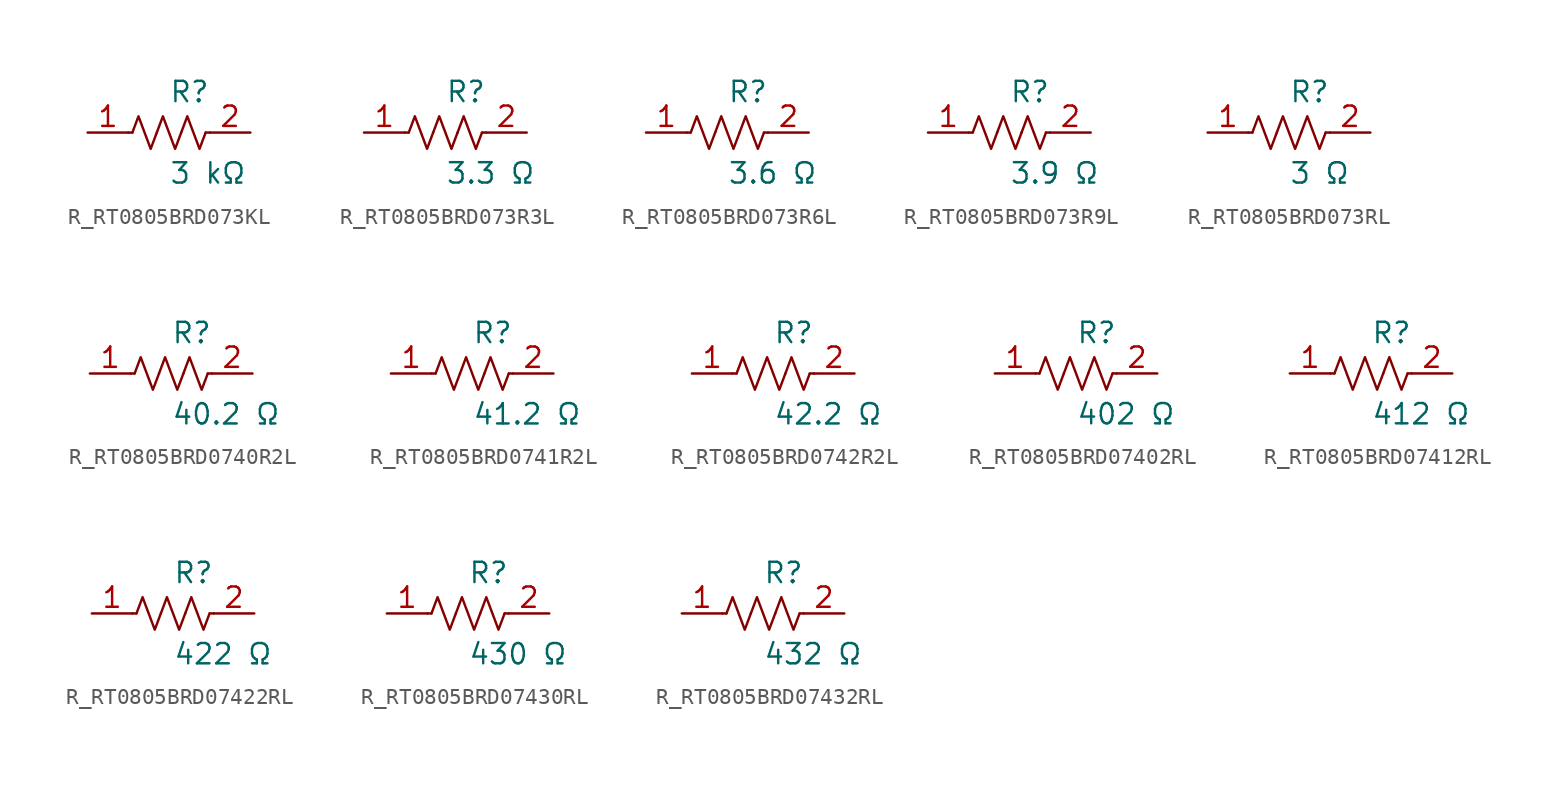
<source format=kicad_sym>
(kicad_symbol_lib
  (version 20231120)
  (generator kicad_symbol_editor)
  (generator_version 8.0)
  (symbol "R_RT0805BRD073KL"
    (pin_names
      (offset 0.254))
    (property "Reference" "R"
      (at 0.0 2.54 0)
      (effects (font (size 1.27 1.27)) (justify left)))
    (property "Value" "3 kΩ"
      (at 0.0 -2.54 0)
      (effects (font (size 1.27 1.27)) (justify left)))
    (symbol "R_RT0805BRD073KL_0_1"
      (polyline (pts (xy 2.286 0) (xy 2.54 0)) (stroke (width 0) (type default)) (fill (type none)))
      (polyline (pts (xy -2.286 0) (xy -2.54 0)) (stroke (width 0) (type default)) (fill (type none)))
      (polyline (pts (xy 0.762 0) (xy 1.143 1.016) (xy 1.524 0) (xy 1.905 -1.016) (xy 2.286 0)) (stroke (width 0) (type default)) (fill (type none)))
      (polyline (pts (xy -0.762 0) (xy -0.381 1.016) (xy 0 0) (xy 0.381 -1.016) (xy 0.762 0)) (stroke (width 0) (type default)) (fill (type none)))
      (polyline (pts (xy -2.286 0) (xy -1.905 1.016) (xy -1.524 0) (xy -1.143 -1.016) (xy -0.762 0)) (stroke (width 0) (type default)) (fill (type none))))
    (pin unspecified line
      (at -5.08 0 0)
      (length 2.54)
      (name "" (effects (font (size 1.27 1.27))))
      (number "1" (effects (font (size 1.27 1.27)))))
    (pin unspecified line
      (at 5.08 0 180)
      (length 2.54)
      (name "" (effects (font (size 1.27 1.27))))
      (number "2" (effects (font (size 1.27 1.27))))))
  (symbol "R_RT0805BRD073R3L"
    (pin_names
      (offset 0.254))
    (property "Reference" "R"
      (at 0.0 2.54 0)
      (effects (font (size 1.27 1.27)) (justify left)))
    (property "Value" "3.3 Ω"
      (at 0.0 -2.54 0)
      (effects (font (size 1.27 1.27)) (justify left)))
    (symbol "R_RT0805BRD073R3L_0_1"
      (polyline (pts (xy 2.286 0) (xy 2.54 0)) (stroke (width 0) (type default)) (fill (type none)))
      (polyline (pts (xy -2.286 0) (xy -2.54 0)) (stroke (width 0) (type default)) (fill (type none)))
      (polyline (pts (xy 0.762 0) (xy 1.143 1.016) (xy 1.524 0) (xy 1.905 -1.016) (xy 2.286 0)) (stroke (width 0) (type default)) (fill (type none)))
      (polyline (pts (xy -0.762 0) (xy -0.381 1.016) (xy 0 0) (xy 0.381 -1.016) (xy 0.762 0)) (stroke (width 0) (type default)) (fill (type none)))
      (polyline (pts (xy -2.286 0) (xy -1.905 1.016) (xy -1.524 0) (xy -1.143 -1.016) (xy -0.762 0)) (stroke (width 0) (type default)) (fill (type none))))
    (pin unspecified line
      (at -5.08 0 0)
      (length 2.54)
      (name "" (effects (font (size 1.27 1.27))))
      (number "1" (effects (font (size 1.27 1.27)))))
    (pin unspecified line
      (at 5.08 0 180)
      (length 2.54)
      (name "" (effects (font (size 1.27 1.27))))
      (number "2" (effects (font (size 1.27 1.27))))))
  (symbol "R_RT0805BRD073R6L"
    (pin_names
      (offset 0.254))
    (property "Reference" "R"
      (at 0.0 2.54 0)
      (effects (font (size 1.27 1.27)) (justify left)))
    (property "Value" "3.6 Ω"
      (at 0.0 -2.54 0)
      (effects (font (size 1.27 1.27)) (justify left)))
    (symbol "R_RT0805BRD073R6L_0_1"
      (polyline (pts (xy 2.286 0) (xy 2.54 0)) (stroke (width 0) (type default)) (fill (type none)))
      (polyline (pts (xy -2.286 0) (xy -2.54 0)) (stroke (width 0) (type default)) (fill (type none)))
      (polyline (pts (xy 0.762 0) (xy 1.143 1.016) (xy 1.524 0) (xy 1.905 -1.016) (xy 2.286 0)) (stroke (width 0) (type default)) (fill (type none)))
      (polyline (pts (xy -0.762 0) (xy -0.381 1.016) (xy 0 0) (xy 0.381 -1.016) (xy 0.762 0)) (stroke (width 0) (type default)) (fill (type none)))
      (polyline (pts (xy -2.286 0) (xy -1.905 1.016) (xy -1.524 0) (xy -1.143 -1.016) (xy -0.762 0)) (stroke (width 0) (type default)) (fill (type none))))
    (pin unspecified line
      (at -5.08 0 0)
      (length 2.54)
      (name "" (effects (font (size 1.27 1.27))))
      (number "1" (effects (font (size 1.27 1.27)))))
    (pin unspecified line
      (at 5.08 0 180)
      (length 2.54)
      (name "" (effects (font (size 1.27 1.27))))
      (number "2" (effects (font (size 1.27 1.27))))))
  (symbol "R_RT0805BRD073R9L"
    (pin_names
      (offset 0.254))
    (property "Reference" "R"
      (at 0.0 2.54 0)
      (effects (font (size 1.27 1.27)) (justify left)))
    (property "Value" "3.9 Ω"
      (at 0.0 -2.54 0)
      (effects (font (size 1.27 1.27)) (justify left)))
    (symbol "R_RT0805BRD073R9L_0_1"
      (polyline (pts (xy 2.286 0) (xy 2.54 0)) (stroke (width 0) (type default)) (fill (type none)))
      (polyline (pts (xy -2.286 0) (xy -2.54 0)) (stroke (width 0) (type default)) (fill (type none)))
      (polyline (pts (xy 0.762 0) (xy 1.143 1.016) (xy 1.524 0) (xy 1.905 -1.016) (xy 2.286 0)) (stroke (width 0) (type default)) (fill (type none)))
      (polyline (pts (xy -0.762 0) (xy -0.381 1.016) (xy 0 0) (xy 0.381 -1.016) (xy 0.762 0)) (stroke (width 0) (type default)) (fill (type none)))
      (polyline (pts (xy -2.286 0) (xy -1.905 1.016) (xy -1.524 0) (xy -1.143 -1.016) (xy -0.762 0)) (stroke (width 0) (type default)) (fill (type none))))
    (pin unspecified line
      (at -5.08 0 0)
      (length 2.54)
      (name "" (effects (font (size 1.27 1.27))))
      (number "1" (effects (font (size 1.27 1.27)))))
    (pin unspecified line
      (at 5.08 0 180)
      (length 2.54)
      (name "" (effects (font (size 1.27 1.27))))
      (number "2" (effects (font (size 1.27 1.27))))))
  (symbol "R_RT0805BRD073RL"
    (pin_names
      (offset 0.254))
    (property "Reference" "R"
      (at 0.0 2.54 0)
      (effects (font (size 1.27 1.27)) (justify left)))
    (property "Value" "3 Ω"
      (at 0.0 -2.54 0)
      (effects (font (size 1.27 1.27)) (justify left)))
    (symbol "R_RT0805BRD073RL_0_1"
      (polyline (pts (xy 2.286 0) (xy 2.54 0)) (stroke (width 0) (type default)) (fill (type none)))
      (polyline (pts (xy -2.286 0) (xy -2.54 0)) (stroke (width 0) (type default)) (fill (type none)))
      (polyline (pts (xy 0.762 0) (xy 1.143 1.016) (xy 1.524 0) (xy 1.905 -1.016) (xy 2.286 0)) (stroke (width 0) (type default)) (fill (type none)))
      (polyline (pts (xy -0.762 0) (xy -0.381 1.016) (xy 0 0) (xy 0.381 -1.016) (xy 0.762 0)) (stroke (width 0) (type default)) (fill (type none)))
      (polyline (pts (xy -2.286 0) (xy -1.905 1.016) (xy -1.524 0) (xy -1.143 -1.016) (xy -0.762 0)) (stroke (width 0) (type default)) (fill (type none))))
    (pin unspecified line
      (at -5.08 0 0)
      (length 2.54)
      (name "" (effects (font (size 1.27 1.27))))
      (number "1" (effects (font (size 1.27 1.27)))))
    (pin unspecified line
      (at 5.08 0 180)
      (length 2.54)
      (name "" (effects (font (size 1.27 1.27))))
      (number "2" (effects (font (size 1.27 1.27))))))
  (symbol "R_RT0805BRD0740R2L"
    (pin_names
      (offset 0.254))
    (property "Reference" "R"
      (at 0.0 2.54 0)
      (effects (font (size 1.27 1.27)) (justify left)))
    (property "Value" "40.2 Ω"
      (at 0.0 -2.54 0)
      (effects (font (size 1.27 1.27)) (justify left)))
    (symbol "R_RT0805BRD0740R2L_0_1"
      (polyline (pts (xy 2.286 0) (xy 2.54 0)) (stroke (width 0) (type default)) (fill (type none)))
      (polyline (pts (xy -2.286 0) (xy -2.54 0)) (stroke (width 0) (type default)) (fill (type none)))
      (polyline (pts (xy 0.762 0) (xy 1.143 1.016) (xy 1.524 0) (xy 1.905 -1.016) (xy 2.286 0)) (stroke (width 0) (type default)) (fill (type none)))
      (polyline (pts (xy -0.762 0) (xy -0.381 1.016) (xy 0 0) (xy 0.381 -1.016) (xy 0.762 0)) (stroke (width 0) (type default)) (fill (type none)))
      (polyline (pts (xy -2.286 0) (xy -1.905 1.016) (xy -1.524 0) (xy -1.143 -1.016) (xy -0.762 0)) (stroke (width 0) (type default)) (fill (type none))))
    (pin unspecified line
      (at -5.08 0 0)
      (length 2.54)
      (name "" (effects (font (size 1.27 1.27))))
      (number "1" (effects (font (size 1.27 1.27)))))
    (pin unspecified line
      (at 5.08 0 180)
      (length 2.54)
      (name "" (effects (font (size 1.27 1.27))))
      (number "2" (effects (font (size 1.27 1.27))))))
  (symbol "R_RT0805BRD0741R2L"
    (pin_names
      (offset 0.254))
    (property "Reference" "R"
      (at 0.0 2.54 0)
      (effects (font (size 1.27 1.27)) (justify left)))
    (property "Value" "41.2 Ω"
      (at 0.0 -2.54 0)
      (effects (font (size 1.27 1.27)) (justify left)))
    (symbol "R_RT0805BRD0741R2L_0_1"
      (polyline (pts (xy 2.286 0) (xy 2.54 0)) (stroke (width 0) (type default)) (fill (type none)))
      (polyline (pts (xy -2.286 0) (xy -2.54 0)) (stroke (width 0) (type default)) (fill (type none)))
      (polyline (pts (xy 0.762 0) (xy 1.143 1.016) (xy 1.524 0) (xy 1.905 -1.016) (xy 2.286 0)) (stroke (width 0) (type default)) (fill (type none)))
      (polyline (pts (xy -0.762 0) (xy -0.381 1.016) (xy 0 0) (xy 0.381 -1.016) (xy 0.762 0)) (stroke (width 0) (type default)) (fill (type none)))
      (polyline (pts (xy -2.286 0) (xy -1.905 1.016) (xy -1.524 0) (xy -1.143 -1.016) (xy -0.762 0)) (stroke (width 0) (type default)) (fill (type none))))
    (pin unspecified line
      (at -5.08 0 0)
      (length 2.54)
      (name "" (effects (font (size 1.27 1.27))))
      (number "1" (effects (font (size 1.27 1.27)))))
    (pin unspecified line
      (at 5.08 0 180)
      (length 2.54)
      (name "" (effects (font (size 1.27 1.27))))
      (number "2" (effects (font (size 1.27 1.27))))))
  (symbol "R_RT0805BRD0742R2L"
    (pin_names
      (offset 0.254))
    (property "Reference" "R"
      (at 0.0 2.54 0)
      (effects (font (size 1.27 1.27)) (justify left)))
    (property "Value" "42.2 Ω"
      (at 0.0 -2.54 0)
      (effects (font (size 1.27 1.27)) (justify left)))
    (symbol "R_RT0805BRD0742R2L_0_1"
      (polyline (pts (xy 2.286 0) (xy 2.54 0)) (stroke (width 0) (type default)) (fill (type none)))
      (polyline (pts (xy -2.286 0) (xy -2.54 0)) (stroke (width 0) (type default)) (fill (type none)))
      (polyline (pts (xy 0.762 0) (xy 1.143 1.016) (xy 1.524 0) (xy 1.905 -1.016) (xy 2.286 0)) (stroke (width 0) (type default)) (fill (type none)))
      (polyline (pts (xy -0.762 0) (xy -0.381 1.016) (xy 0 0) (xy 0.381 -1.016) (xy 0.762 0)) (stroke (width 0) (type default)) (fill (type none)))
      (polyline (pts (xy -2.286 0) (xy -1.905 1.016) (xy -1.524 0) (xy -1.143 -1.016) (xy -0.762 0)) (stroke (width 0) (type default)) (fill (type none))))
    (pin unspecified line
      (at -5.08 0 0)
      (length 2.54)
      (name "" (effects (font (size 1.27 1.27))))
      (number "1" (effects (font (size 1.27 1.27)))))
    (pin unspecified line
      (at 5.08 0 180)
      (length 2.54)
      (name "" (effects (font (size 1.27 1.27))))
      (number "2" (effects (font (size 1.27 1.27))))))
  (symbol "R_RT0805BRD07402RL"
    (pin_names
      (offset 0.254))
    (property "Reference" "R"
      (at 0.0 2.54 0)
      (effects (font (size 1.27 1.27)) (justify left)))
    (property "Value" "402 Ω"
      (at 0.0 -2.54 0)
      (effects (font (size 1.27 1.27)) (justify left)))
    (symbol "R_RT0805BRD07402RL_0_1"
      (polyline (pts (xy 2.286 0) (xy 2.54 0)) (stroke (width 0) (type default)) (fill (type none)))
      (polyline (pts (xy -2.286 0) (xy -2.54 0)) (stroke (width 0) (type default)) (fill (type none)))
      (polyline (pts (xy 0.762 0) (xy 1.143 1.016) (xy 1.524 0) (xy 1.905 -1.016) (xy 2.286 0)) (stroke (width 0) (type default)) (fill (type none)))
      (polyline (pts (xy -0.762 0) (xy -0.381 1.016) (xy 0 0) (xy 0.381 -1.016) (xy 0.762 0)) (stroke (width 0) (type default)) (fill (type none)))
      (polyline (pts (xy -2.286 0) (xy -1.905 1.016) (xy -1.524 0) (xy -1.143 -1.016) (xy -0.762 0)) (stroke (width 0) (type default)) (fill (type none))))
    (pin unspecified line
      (at -5.08 0 0)
      (length 2.54)
      (name "" (effects (font (size 1.27 1.27))))
      (number "1" (effects (font (size 1.27 1.27)))))
    (pin unspecified line
      (at 5.08 0 180)
      (length 2.54)
      (name "" (effects (font (size 1.27 1.27))))
      (number "2" (effects (font (size 1.27 1.27))))))
  (symbol "R_RT0805BRD07412RL"
    (pin_names
      (offset 0.254))
    (property "Reference" "R"
      (at 0.0 2.54 0)
      (effects (font (size 1.27 1.27)) (justify left)))
    (property "Value" "412 Ω"
      (at 0.0 -2.54 0)
      (effects (font (size 1.27 1.27)) (justify left)))
    (symbol "R_RT0805BRD07412RL_0_1"
      (polyline (pts (xy 2.286 0) (xy 2.54 0)) (stroke (width 0) (type default)) (fill (type none)))
      (polyline (pts (xy -2.286 0) (xy -2.54 0)) (stroke (width 0) (type default)) (fill (type none)))
      (polyline (pts (xy 0.762 0) (xy 1.143 1.016) (xy 1.524 0) (xy 1.905 -1.016) (xy 2.286 0)) (stroke (width 0) (type default)) (fill (type none)))
      (polyline (pts (xy -0.762 0) (xy -0.381 1.016) (xy 0 0) (xy 0.381 -1.016) (xy 0.762 0)) (stroke (width 0) (type default)) (fill (type none)))
      (polyline (pts (xy -2.286 0) (xy -1.905 1.016) (xy -1.524 0) (xy -1.143 -1.016) (xy -0.762 0)) (stroke (width 0) (type default)) (fill (type none))))
    (pin unspecified line
      (at -5.08 0 0)
      (length 2.54)
      (name "" (effects (font (size 1.27 1.27))))
      (number "1" (effects (font (size 1.27 1.27)))))
    (pin unspecified line
      (at 5.08 0 180)
      (length 2.54)
      (name "" (effects (font (size 1.27 1.27))))
      (number "2" (effects (font (size 1.27 1.27))))))
  (symbol "R_RT0805BRD07422RL"
    (pin_names
      (offset 0.254))
    (property "Reference" "R"
      (at 0.0 2.54 0)
      (effects (font (size 1.27 1.27)) (justify left)))
    (property "Value" "422 Ω"
      (at 0.0 -2.54 0)
      (effects (font (size 1.27 1.27)) (justify left)))
    (symbol "R_RT0805BRD07422RL_0_1"
      (polyline (pts (xy 2.286 0) (xy 2.54 0)) (stroke (width 0) (type default)) (fill (type none)))
      (polyline (pts (xy -2.286 0) (xy -2.54 0)) (stroke (width 0) (type default)) (fill (type none)))
      (polyline (pts (xy 0.762 0) (xy 1.143 1.016) (xy 1.524 0) (xy 1.905 -1.016) (xy 2.286 0)) (stroke (width 0) (type default)) (fill (type none)))
      (polyline (pts (xy -0.762 0) (xy -0.381 1.016) (xy 0 0) (xy 0.381 -1.016) (xy 0.762 0)) (stroke (width 0) (type default)) (fill (type none)))
      (polyline (pts (xy -2.286 0) (xy -1.905 1.016) (xy -1.524 0) (xy -1.143 -1.016) (xy -0.762 0)) (stroke (width 0) (type default)) (fill (type none))))
    (pin unspecified line
      (at -5.08 0 0)
      (length 2.54)
      (name "" (effects (font (size 1.27 1.27))))
      (number "1" (effects (font (size 1.27 1.27)))))
    (pin unspecified line
      (at 5.08 0 180)
      (length 2.54)
      (name "" (effects (font (size 1.27 1.27))))
      (number "2" (effects (font (size 1.27 1.27))))))
  (symbol "R_RT0805BRD07430RL"
    (pin_names
      (offset 0.254))
    (property "Reference" "R"
      (at 0.0 2.54 0)
      (effects (font (size 1.27 1.27)) (justify left)))
    (property "Value" "430 Ω"
      (at 0.0 -2.54 0)
      (effects (font (size 1.27 1.27)) (justify left)))
    (symbol "R_RT0805BRD07430RL_0_1"
      (polyline (pts (xy 2.286 0) (xy 2.54 0)) (stroke (width 0) (type default)) (fill (type none)))
      (polyline (pts (xy -2.286 0) (xy -2.54 0)) (stroke (width 0) (type default)) (fill (type none)))
      (polyline (pts (xy 0.762 0) (xy 1.143 1.016) (xy 1.524 0) (xy 1.905 -1.016) (xy 2.286 0)) (stroke (width 0) (type default)) (fill (type none)))
      (polyline (pts (xy -0.762 0) (xy -0.381 1.016) (xy 0 0) (xy 0.381 -1.016) (xy 0.762 0)) (stroke (width 0) (type default)) (fill (type none)))
      (polyline (pts (xy -2.286 0) (xy -1.905 1.016) (xy -1.524 0) (xy -1.143 -1.016) (xy -0.762 0)) (stroke (width 0) (type default)) (fill (type none))))
    (pin unspecified line
      (at -5.08 0 0)
      (length 2.54)
      (name "" (effects (font (size 1.27 1.27))))
      (number "1" (effects (font (size 1.27 1.27)))))
    (pin unspecified line
      (at 5.08 0 180)
      (length 2.54)
      (name "" (effects (font (size 1.27 1.27))))
      (number "2" (effects (font (size 1.27 1.27))))))
  (symbol "R_RT0805BRD07432RL"
    (pin_names
      (offset 0.254))
    (property "Reference" "R"
      (at 0.0 2.54 0)
      (effects (font (size 1.27 1.27)) (justify left)))
    (property "Value" "432 Ω"
      (at 0.0 -2.54 0)
      (effects (font (size 1.27 1.27)) (justify left)))
    (symbol "R_RT0805BRD07432RL_0_1"
      (polyline (pts (xy 2.286 0) (xy 2.54 0)) (stroke (width 0) (type default)) (fill (type none)))
      (polyline (pts (xy -2.286 0) (xy -2.54 0)) (stroke (width 0) (type default)) (fill (type none)))
      (polyline (pts (xy 0.762 0) (xy 1.143 1.016) (xy 1.524 0) (xy 1.905 -1.016) (xy 2.286 0)) (stroke (width 0) (type default)) (fill (type none)))
      (polyline (pts (xy -0.762 0) (xy -0.381 1.016) (xy 0 0) (xy 0.381 -1.016) (xy 0.762 0)) (stroke (width 0) (type default)) (fill (type none)))
      (polyline (pts (xy -2.286 0) (xy -1.905 1.016) (xy -1.524 0) (xy -1.143 -1.016) (xy -0.762 0)) (stroke (width 0) (type default)) (fill (type none))))
    (pin unspecified line
      (at -5.08 0 0)
      (length 2.54)
      (name "" (effects (font (size 1.27 1.27))))
      (number "1" (effects (font (size 1.27 1.27)))))
    (pin unspecified line
      (at 5.08 0 180)
      (length 2.54)
      (name "" (effects (font (size 1.27 1.27))))
      (number "2" (effects (font (size 1.27 1.27)))))))
</source>
